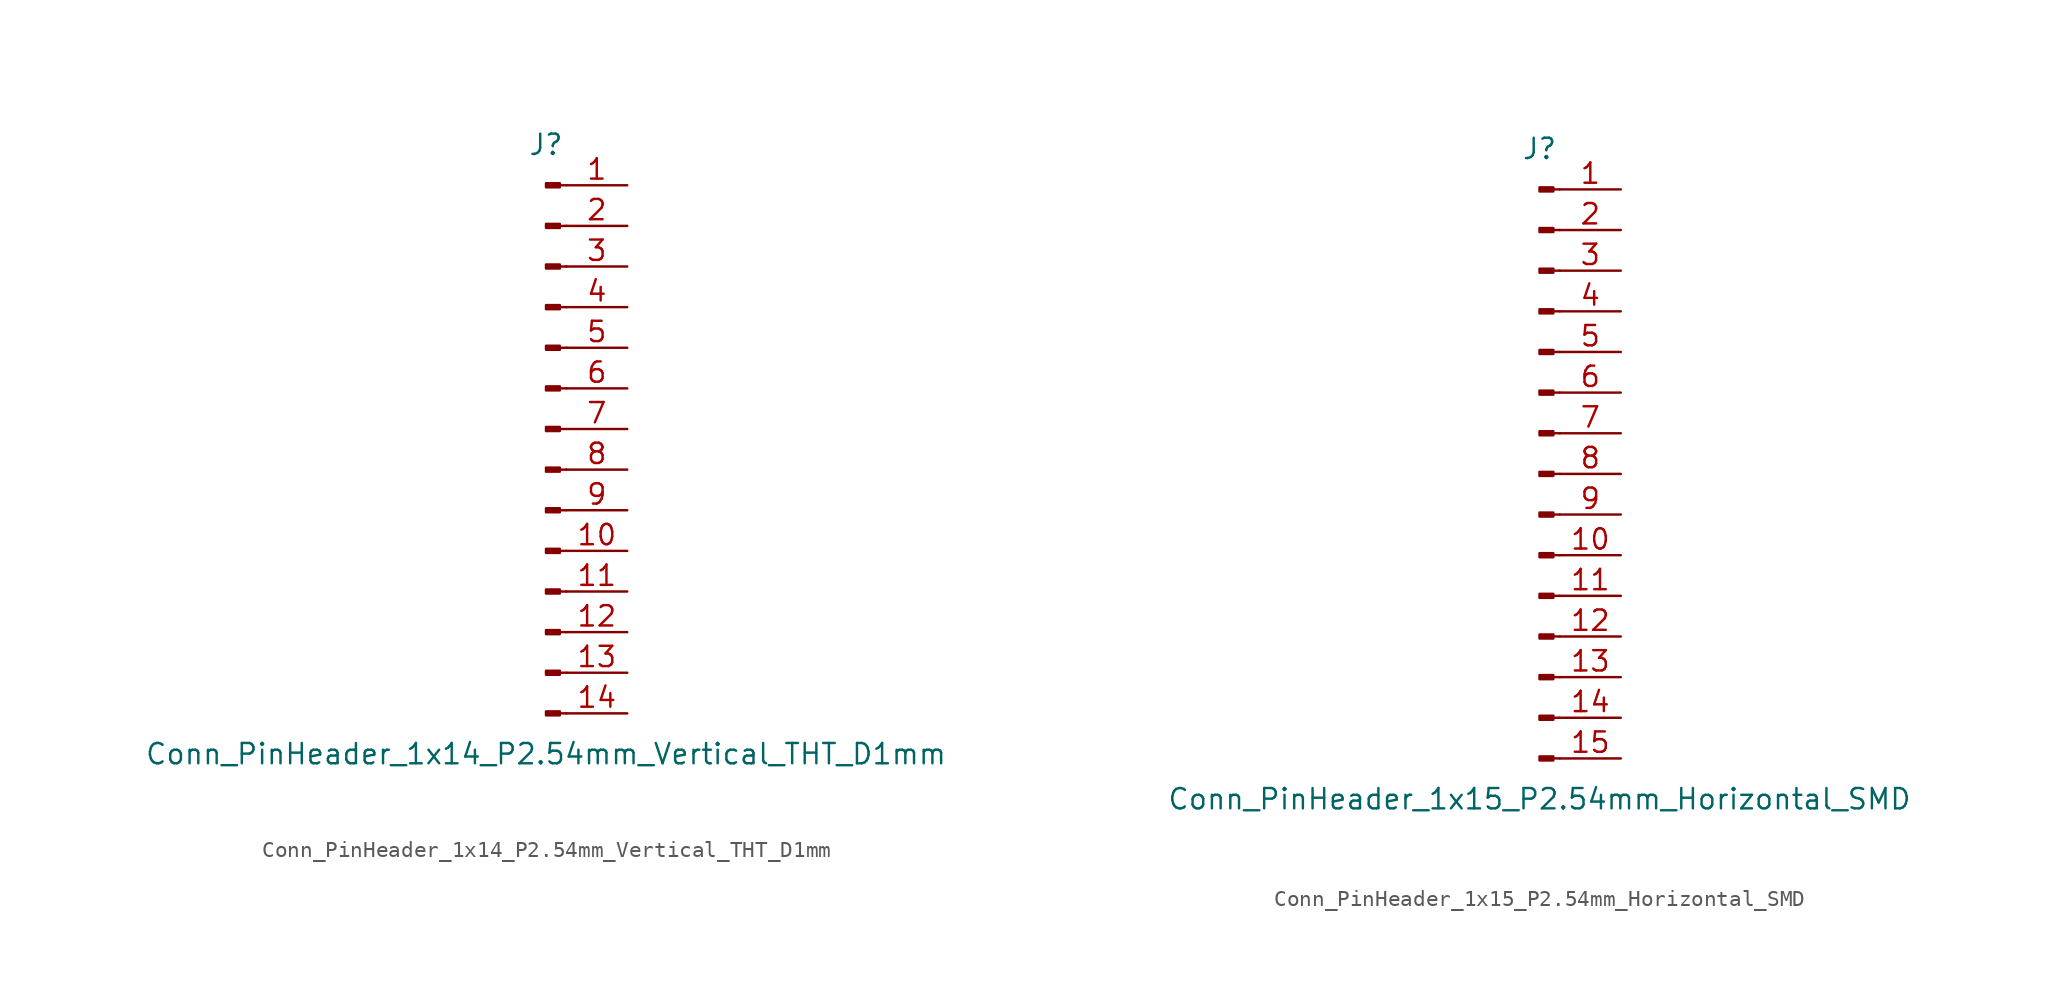
<source format=kicad_sym>
(kicad_symbol_lib
  (version 20211014)
  (generator kicad_symbol_editor)
  (symbol "Conn_PinHeader_1x14_P2.54mm_Vertical_THT_D1mm"
    (pin_names
      (offset 1.016) hide)
    (property "Reference" "J"
      (at 0 17.78 0)
      (effects (font (size 1.27 1.27))))
    (property "Value" "Conn_PinHeader_1x14_P2.54mm_Vertical_THT_D1mm"
      (at 0 -20.32 0)
      (effects (font (size 1.27 1.27))))
    (symbol "Conn_PinHeader_1x14_P2.54mm_Vertical_THT_D1mm_1_1"
      (polyline (pts (xy 1.27 -17.78) (xy 0.864 -17.78)) (stroke (width 0.152) (type default) (color 0 0 0 0)) (fill (type none)))
      (polyline (pts (xy 1.27 -15.24) (xy 0.864 -15.24)) (stroke (width 0.152) (type default) (color 0 0 0 0)) (fill (type none)))
      (polyline (pts (xy 1.27 -12.7) (xy 0.864 -12.7)) (stroke (width 0.152) (type default) (color 0 0 0 0)) (fill (type none)))
      (polyline (pts (xy 1.27 -10.16) (xy 0.864 -10.16)) (stroke (width 0.152) (type default) (color 0 0 0 0)) (fill (type none)))
      (polyline (pts (xy 1.27 -7.62) (xy 0.864 -7.62)) (stroke (width 0.152) (type default) (color 0 0 0 0)) (fill (type none)))
      (polyline (pts (xy 1.27 -5.08) (xy 0.864 -5.08)) (stroke (width 0.152) (type default) (color 0 0 0 0)) (fill (type none)))
      (polyline (pts (xy 1.27 -2.54) (xy 0.864 -2.54)) (stroke (width 0.152) (type default) (color 0 0 0 0)) (fill (type none)))
      (polyline (pts (xy 1.27 0) (xy 0.864 0)) (stroke (width 0.152) (type default) (color 0 0 0 0)) (fill (type none)))
      (polyline (pts (xy 1.27 2.54) (xy 0.864 2.54)) (stroke (width 0.152) (type default) (color 0 0 0 0)) (fill (type none)))
      (polyline (pts (xy 1.27 5.08) (xy 0.864 5.08)) (stroke (width 0.152) (type default) (color 0 0 0 0)) (fill (type none)))
      (polyline (pts (xy 1.27 7.62) (xy 0.864 7.62)) (stroke (width 0.152) (type default) (color 0 0 0 0)) (fill (type none)))
      (polyline (pts (xy 1.27 10.16) (xy 0.864 10.16)) (stroke (width 0.152) (type default) (color 0 0 0 0)) (fill (type none)))
      (polyline (pts (xy 1.27 12.7) (xy 0.864 12.7)) (stroke (width 0.152) (type default) (color 0 0 0 0)) (fill (type none)))
      (polyline (pts (xy 1.27 15.24) (xy 0.864 15.24)) (stroke (width 0.152) (type default) (color 0 0 0 0)) (fill (type none)))
      (rectangle (start 0.864 -17.653) (end 0 -17.907) (stroke (width 0.152) (type default) (color 0 0 0 0)) (fill (type outline)))
      (rectangle (start 0.864 -15.113) (end 0 -15.367) (stroke (width 0.152) (type default) (color 0 0 0 0)) (fill (type outline)))
      (rectangle (start 0.864 -12.573) (end 0 -12.827) (stroke (width 0.152) (type default) (color 0 0 0 0)) (fill (type outline)))
      (rectangle (start 0.864 -10.033) (end 0 -10.287) (stroke (width 0.152) (type default) (color 0 0 0 0)) (fill (type outline)))
      (rectangle (start 0.864 -7.493) (end 0 -7.747) (stroke (width 0.152) (type default) (color 0 0 0 0)) (fill (type outline)))
      (rectangle (start 0.864 -4.953) (end 0 -5.207) (stroke (width 0.152) (type default) (color 0 0 0 0)) (fill (type outline)))
      (rectangle (start 0.864 -2.413) (end 0 -2.667) (stroke (width 0.152) (type default) (color 0 0 0 0)) (fill (type outline)))
      (rectangle (start 0.864 0.127) (end 0 -0.127) (stroke (width 0.152) (type default) (color 0 0 0 0)) (fill (type outline)))
      (rectangle (start 0.864 2.667) (end 0 2.413) (stroke (width 0.152) (type default) (color 0 0 0 0)) (fill (type outline)))
      (rectangle (start 0.864 5.207) (end 0 4.953) (stroke (width 0.152) (type default) (color 0 0 0 0)) (fill (type outline)))
      (rectangle (start 0.864 7.747) (end 0 7.493) (stroke (width 0.152) (type default) (color 0 0 0 0)) (fill (type outline)))
      (rectangle (start 0.864 10.287) (end 0 10.033) (stroke (width 0.152) (type default) (color 0 0 0 0)) (fill (type outline)))
      (rectangle (start 0.864 12.827) (end 0 12.573) (stroke (width 0.152) (type default) (color 0 0 0 0)) (fill (type outline)))
      (rectangle (start 0.864 15.367) (end 0 15.113) (stroke (width 0.152) (type default) (color 0 0 0 0)) (fill (type outline)))
      (pin passive line (at 5.08 15.24 180) (length 3.81) (name "Pin_1" (effects (font (size 1.27 1.27)))) (number "1" (effects (font (size 1.27 1.27)))))
      (pin passive line (at 5.08 -7.62 180) (length 3.81) (name "Pin_10" (effects (font (size 1.27 1.27)))) (number "10" (effects (font (size 1.27 1.27)))))
      (pin passive line (at 5.08 -10.16 180) (length 3.81) (name "Pin_11" (effects (font (size 1.27 1.27)))) (number "11" (effects (font (size 1.27 1.27)))))
      (pin passive line (at 5.08 -12.7 180) (length 3.81) (name "Pin_12" (effects (font (size 1.27 1.27)))) (number "12" (effects (font (size 1.27 1.27)))))
      (pin passive line (at 5.08 -15.24 180) (length 3.81) (name "Pin_13" (effects (font (size 1.27 1.27)))) (number "13" (effects (font (size 1.27 1.27)))))
      (pin passive line (at 5.08 -17.78 180) (length 3.81) (name "Pin_14" (effects (font (size 1.27 1.27)))) (number "14" (effects (font (size 1.27 1.27)))))
      (pin passive line (at 5.08 12.7 180) (length 3.81) (name "Pin_2" (effects (font (size 1.27 1.27)))) (number "2" (effects (font (size 1.27 1.27)))))
      (pin passive line (at 5.08 10.16 180) (length 3.81) (name "Pin_3" (effects (font (size 1.27 1.27)))) (number "3" (effects (font (size 1.27 1.27)))))
      (pin passive line (at 5.08 7.62 180) (length 3.81) (name "Pin_4" (effects (font (size 1.27 1.27)))) (number "4" (effects (font (size 1.27 1.27)))))
      (pin passive line (at 5.08 5.08 180) (length 3.81) (name "Pin_5" (effects (font (size 1.27 1.27)))) (number "5" (effects (font (size 1.27 1.27)))))
      (pin passive line (at 5.08 2.54 180) (length 3.81) (name "Pin_6" (effects (font (size 1.27 1.27)))) (number "6" (effects (font (size 1.27 1.27)))))
      (pin passive line (at 5.08 0 180) (length 3.81) (name "Pin_7" (effects (font (size 1.27 1.27)))) (number "7" (effects (font (size 1.27 1.27)))))
      (pin passive line (at 5.08 -2.54 180) (length 3.81) (name "Pin_8" (effects (font (size 1.27 1.27)))) (number "8" (effects (font (size 1.27 1.27)))))
      (pin passive line (at 5.08 -5.08 180) (length 3.81) (name "Pin_9" (effects (font (size 1.27 1.27)))) (number "9" (effects (font (size 1.27 1.27)))))))
  (symbol "Conn_PinHeader_1x15_P2.54mm_Horizontal_SMD"
    (pin_names
      (offset 1.016) hide)
    (property "Reference" "J"
      (at 0 20.32 0)
      (effects (font (size 1.27 1.27))))
    (property "Value" "Conn_PinHeader_1x15_P2.54mm_Horizontal_SMD"
      (at 0 -20.32 0)
      (effects (font (size 1.27 1.27))))
    (symbol "Conn_PinHeader_1x15_P2.54mm_Horizontal_SMD_1_1"
      (polyline (pts (xy 1.27 -17.78) (xy 0.864 -17.78)) (stroke (width 0.152) (type default) (color 0 0 0 0)) (fill (type none)))
      (polyline (pts (xy 1.27 -15.24) (xy 0.864 -15.24)) (stroke (width 0.152) (type default) (color 0 0 0 0)) (fill (type none)))
      (polyline (pts (xy 1.27 -12.7) (xy 0.864 -12.7)) (stroke (width 0.152) (type default) (color 0 0 0 0)) (fill (type none)))
      (polyline (pts (xy 1.27 -10.16) (xy 0.864 -10.16)) (stroke (width 0.152) (type default) (color 0 0 0 0)) (fill (type none)))
      (polyline (pts (xy 1.27 -7.62) (xy 0.864 -7.62)) (stroke (width 0.152) (type default) (color 0 0 0 0)) (fill (type none)))
      (polyline (pts (xy 1.27 -5.08) (xy 0.864 -5.08)) (stroke (width 0.152) (type default) (color 0 0 0 0)) (fill (type none)))
      (polyline (pts (xy 1.27 -2.54) (xy 0.864 -2.54)) (stroke (width 0.152) (type default) (color 0 0 0 0)) (fill (type none)))
      (polyline (pts (xy 1.27 0) (xy 0.864 0)) (stroke (width 0.152) (type default) (color 0 0 0 0)) (fill (type none)))
      (polyline (pts (xy 1.27 2.54) (xy 0.864 2.54)) (stroke (width 0.152) (type default) (color 0 0 0 0)) (fill (type none)))
      (polyline (pts (xy 1.27 5.08) (xy 0.864 5.08)) (stroke (width 0.152) (type default) (color 0 0 0 0)) (fill (type none)))
      (polyline (pts (xy 1.27 7.62) (xy 0.864 7.62)) (stroke (width 0.152) (type default) (color 0 0 0 0)) (fill (type none)))
      (polyline (pts (xy 1.27 10.16) (xy 0.864 10.16)) (stroke (width 0.152) (type default) (color 0 0 0 0)) (fill (type none)))
      (polyline (pts (xy 1.27 12.7) (xy 0.864 12.7)) (stroke (width 0.152) (type default) (color 0 0 0 0)) (fill (type none)))
      (polyline (pts (xy 1.27 15.24) (xy 0.864 15.24)) (stroke (width 0.152) (type default) (color 0 0 0 0)) (fill (type none)))
      (polyline (pts (xy 1.27 17.78) (xy 0.864 17.78)) (stroke (width 0.152) (type default) (color 0 0 0 0)) (fill (type none)))
      (rectangle (start 0.864 -17.653) (end 0 -17.907) (stroke (width 0.152) (type default) (color 0 0 0 0)) (fill (type outline)))
      (rectangle (start 0.864 -15.113) (end 0 -15.367) (stroke (width 0.152) (type default) (color 0 0 0 0)) (fill (type outline)))
      (rectangle (start 0.864 -12.573) (end 0 -12.827) (stroke (width 0.152) (type default) (color 0 0 0 0)) (fill (type outline)))
      (rectangle (start 0.864 -10.033) (end 0 -10.287) (stroke (width 0.152) (type default) (color 0 0 0 0)) (fill (type outline)))
      (rectangle (start 0.864 -7.493) (end 0 -7.747) (stroke (width 0.152) (type default) (color 0 0 0 0)) (fill (type outline)))
      (rectangle (start 0.864 -4.953) (end 0 -5.207) (stroke (width 0.152) (type default) (color 0 0 0 0)) (fill (type outline)))
      (rectangle (start 0.864 -2.413) (end 0 -2.667) (stroke (width 0.152) (type default) (color 0 0 0 0)) (fill (type outline)))
      (rectangle (start 0.864 0.127) (end 0 -0.127) (stroke (width 0.152) (type default) (color 0 0 0 0)) (fill (type outline)))
      (rectangle (start 0.864 2.667) (end 0 2.413) (stroke (width 0.152) (type default) (color 0 0 0 0)) (fill (type outline)))
      (rectangle (start 0.864 5.207) (end 0 4.953) (stroke (width 0.152) (type default) (color 0 0 0 0)) (fill (type outline)))
      (rectangle (start 0.864 7.747) (end 0 7.493) (stroke (width 0.152) (type default) (color 0 0 0 0)) (fill (type outline)))
      (rectangle (start 0.864 10.287) (end 0 10.033) (stroke (width 0.152) (type default) (color 0 0 0 0)) (fill (type outline)))
      (rectangle (start 0.864 12.827) (end 0 12.573) (stroke (width 0.152) (type default) (color 0 0 0 0)) (fill (type outline)))
      (rectangle (start 0.864 15.367) (end 0 15.113) (stroke (width 0.152) (type default) (color 0 0 0 0)) (fill (type outline)))
      (rectangle (start 0.864 17.907) (end 0 17.653) (stroke (width 0.152) (type default) (color 0 0 0 0)) (fill (type outline)))
      (pin passive line (at 5.08 17.78 180) (length 3.81) (name "Pin_1" (effects (font (size 1.27 1.27)))) (number "1" (effects (font (size 1.27 1.27)))))
      (pin passive line (at 5.08 -5.08 180) (length 3.81) (name "Pin_10" (effects (font (size 1.27 1.27)))) (number "10" (effects (font (size 1.27 1.27)))))
      (pin passive line (at 5.08 -7.62 180) (length 3.81) (name "Pin_11" (effects (font (size 1.27 1.27)))) (number "11" (effects (font (size 1.27 1.27)))))
      (pin passive line (at 5.08 -10.16 180) (length 3.81) (name "Pin_12" (effects (font (size 1.27 1.27)))) (number "12" (effects (font (size 1.27 1.27)))))
      (pin passive line (at 5.08 -12.7 180) (length 3.81) (name "Pin_13" (effects (font (size 1.27 1.27)))) (number "13" (effects (font (size 1.27 1.27)))))
      (pin passive line (at 5.08 -15.24 180) (length 3.81) (name "Pin_14" (effects (font (size 1.27 1.27)))) (number "14" (effects (font (size 1.27 1.27)))))
      (pin passive line (at 5.08 -17.78 180) (length 3.81) (name "Pin_15" (effects (font (size 1.27 1.27)))) (number "15" (effects (font (size 1.27 1.27)))))
      (pin passive line (at 5.08 15.24 180) (length 3.81) (name "Pin_2" (effects (font (size 1.27 1.27)))) (number "2" (effects (font (size 1.27 1.27)))))
      (pin passive line (at 5.08 12.7 180) (length 3.81) (name "Pin_3" (effects (font (size 1.27 1.27)))) (number "3" (effects (font (size 1.27 1.27)))))
      (pin passive line (at 5.08 10.16 180) (length 3.81) (name "Pin_4" (effects (font (size 1.27 1.27)))) (number "4" (effects (font (size 1.27 1.27)))))
      (pin passive line (at 5.08 7.62 180) (length 3.81) (name "Pin_5" (effects (font (size 1.27 1.27)))) (number "5" (effects (font (size 1.27 1.27)))))
      (pin passive line (at 5.08 5.08 180) (length 3.81) (name "Pin_6" (effects (font (size 1.27 1.27)))) (number "6" (effects (font (size 1.27 1.27)))))
      (pin passive line (at 5.08 2.54 180) (length 3.81) (name "Pin_7" (effects (font (size 1.27 1.27)))) (number "7" (effects (font (size 1.27 1.27)))))
      (pin passive line (at 5.08 0 180) (length 3.81) (name "Pin_8" (effects (font (size 1.27 1.27)))) (number "8" (effects (font (size 1.27 1.27)))))
      (pin passive line (at 5.08 -2.54 180) (length 3.81) (name "Pin_9" (effects (font (size 1.27 1.27)))) (number "9" (effects (font (size 1.27 1.27))))))))
</source>
